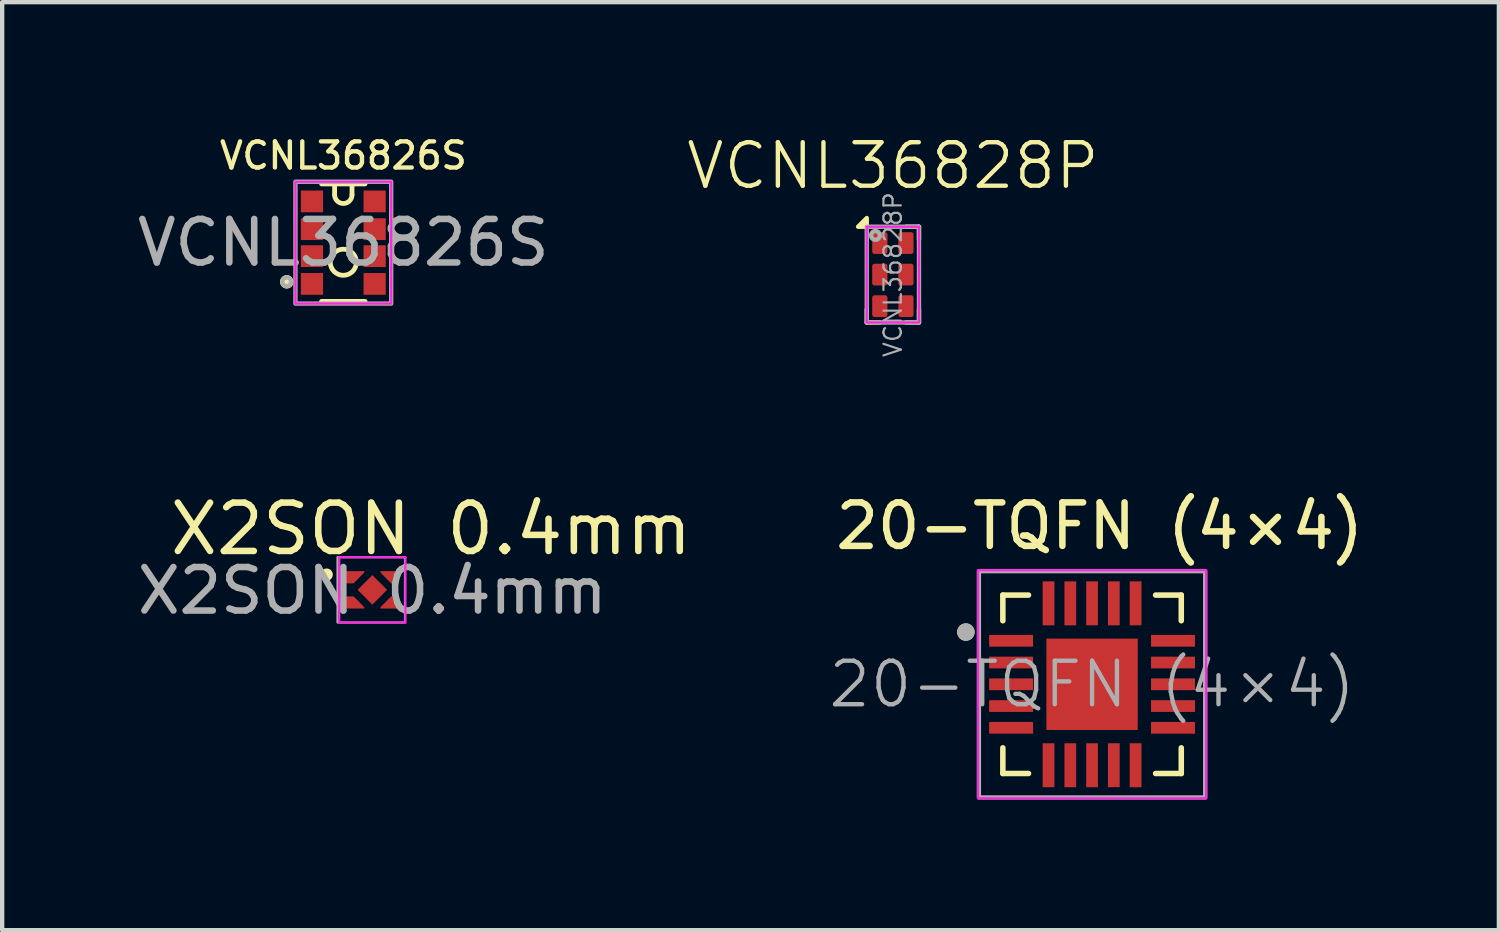
<source format=kicad_pcb>
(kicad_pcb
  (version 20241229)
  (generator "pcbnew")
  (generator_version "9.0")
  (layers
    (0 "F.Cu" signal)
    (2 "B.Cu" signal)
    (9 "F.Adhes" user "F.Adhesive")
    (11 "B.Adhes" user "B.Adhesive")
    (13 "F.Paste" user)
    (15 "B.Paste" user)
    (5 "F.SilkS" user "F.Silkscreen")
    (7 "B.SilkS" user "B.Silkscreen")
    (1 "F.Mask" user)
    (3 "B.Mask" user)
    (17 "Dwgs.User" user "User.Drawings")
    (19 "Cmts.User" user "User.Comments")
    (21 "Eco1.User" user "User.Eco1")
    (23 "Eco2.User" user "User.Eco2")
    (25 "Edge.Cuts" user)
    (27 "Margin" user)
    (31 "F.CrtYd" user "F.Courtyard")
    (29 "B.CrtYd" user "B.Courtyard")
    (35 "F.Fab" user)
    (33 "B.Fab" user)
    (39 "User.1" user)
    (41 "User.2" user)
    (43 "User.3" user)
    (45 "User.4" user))
  (footprint "VCNL36828P"
    (layer "F.Cu")
    (at 17.467 3.26)
    (property "Reference" "VCNL36828P" (at 0 -2.5 0) (unlocked yes) (layer "F.SilkS") (effects (font (size 1 1) (thickness 0.1))))
    (attr smd)
    (fp_line (start -0.6 1.1) (end -0.6 0.8) (stroke (width 0.1) (type default)) (layer "F.SilkS"))
    (fp_line (start -0.3 1.1) (end -0.6 1.1) (stroke (width 0.1) (type default)) (layer "F.SilkS"))
    (fp_line (start 0.3 -1.1) (end 0.6 -1.1) (stroke (width 0.1) (type default)) (layer "F.SilkS"))
    (fp_line (start 0.6 -1.1) (end 0.6 -0.8) (stroke (width 0.1) (type default)) (layer "F.SilkS"))
    (fp_line (start 0.6 0.8) (end 0.6 1.1) (stroke (width 0.1) (type default)) (layer "F.SilkS"))
    (fp_line (start 0.6 1.1) (end 0.3 1.1) (stroke (width 0.1) (type default)) (layer "F.SilkS"))
    (fp_poly (pts (xy -0.6 -1.1) (xy -0.6 -1.3) (xy -0.8 -1.1)) (stroke (width 0.1) (type solid)) (fill yes) (layer "F.SilkS"))
    (fp_rect (start -0.6 -1.1) (end 0.6 1.1) (stroke (width 0.05) (type default)) (fill no) (layer "F.CrtYd"))
    (fp_rect (start -0.6 -1.1) (end 0.6 1.1) (stroke (width 0.1) (type default)) (fill no) (layer "F.Fab"))
    (fp_circle (center -0.4 -0.9) (end -0.5 -0.9) (stroke (width 0.1) (type default)) (fill no) (layer "F.Fab"))
    (fp_text user "${REFERENCE}" (at 0 0 90) (unlocked yes) (layer "F.Fab") (effects (font (size 0.4 0.4) (thickness 0.05))))
    (pad "1" smd roundrect (at -0.3 -0.725) (size 0.35 0.5) (layers "F.Cu" "F.Mask" "F.Paste") (roundrect_rratio 0.15))
    (pad "2" smd roundrect (at -0.3 0) (size 0.35 0.5) (layers "F.Cu" "F.Mask" "F.Paste") (roundrect_rratio 0.15))
    (pad "3" smd roundrect (at -0.3 0.725) (size 0.35 0.5) (layers "F.Cu" "F.Mask" "F.Paste") (roundrect_rratio 0.15))
    (pad "4" smd roundrect (at 0.3 0.725) (size 0.35 0.5) (layers "F.Cu" "F.Mask" "F.Paste") (roundrect_rratio 0.15))
    (pad "5" smd roundrect (at 0.3 0) (size 0.35 0.5) (layers "F.Cu" "F.Mask" "F.Paste") (roundrect_rratio 0.15))
    (pad "6" smd roundrect (at 0.3 -0.725) (size 0.35 0.5) (layers "F.Cu" "F.Mask" "F.Paste") (roundrect_rratio 0.15)))
  (footprint "‎20-TQFN (4×4)‎"
    (layer "F.Cu")
    (at 22.044 12.674)
    (property "Reference" "‎20-TQFN (4×4)‎" (at 0.175 -3.635 0) (layer "F.SilkS") (effects (font (size 1 1) (thickness 0.15))))
    (attr smd)
    (fp_line (start -2.05 -2.05) (end -1.46 -2.05) (stroke (width 0.127) (type solid)) (layer "F.SilkS"))
    (fp_line (start -2.05 -1.46) (end -2.05 -2.05) (stroke (width 0.127) (type solid)) (layer "F.SilkS"))
    (fp_line (start -2.05 1.46) (end -2.05 2.05) (stroke (width 0.127) (type solid)) (layer "F.SilkS"))
    (fp_line (start -2.05 2.05) (end -1.46 2.05) (stroke (width 0.127) (type solid)) (layer "F.SilkS"))
    (fp_line (start 1.46 -2.05) (end 2.05 -2.05) (stroke (width 0.127) (type solid)) (layer "F.SilkS"))
    (fp_line (start 2.05 -2.05) (end 2.05 -1.46) (stroke (width 0.127) (type solid)) (layer "F.SilkS"))
    (fp_line (start 2.05 1.46) (end 2.05 2.05) (stroke (width 0.127) (type solid)) (layer "F.SilkS"))
    (fp_line (start 2.05 2.05) (end 1.46 2.05) (stroke (width 0.127) (type solid)) (layer "F.SilkS"))
    (fp_circle (center -2.9 -1.2) (end -2.8 -1.2) (stroke (width 0.2) (type solid)) (fill no) (layer "F.SilkS"))
    (fp_poly (pts (xy -0.664 -0.664) (xy 0.664 -0.664) (xy 0.664 0.664) (xy -0.664 0.664)) (stroke (width 0.01) (type solid)) (fill yes) (layer "F.Paste"))
    (fp_line (start -2.62 -2.62) (end 2.62 -2.62) (stroke (width 0.05) (type solid)) (layer "F.CrtYd"))
    (fp_line (start -2.62 2.62) (end -2.62 -2.62) (stroke (width 0.05) (type solid)) (layer "F.CrtYd"))
    (fp_line (start 2.62 -2.62) (end 2.62 2.62) (stroke (width 0.05) (type solid)) (layer "F.CrtYd"))
    (fp_line (start 2.62 2.62) (end -2.62 2.62) (stroke (width 0.05) (type solid)) (layer "F.CrtYd"))
    (fp_rect (start -2.6 -2.6) (end 2.6 2.6) (stroke (width 0.1) (type default)) (fill no) (layer "F.Fab"))
    (fp_circle (center -2.9 -1.2) (end -2.8 -1.2) (stroke (width 0.2) (type solid)) (fill no) (layer "F.Fab"))
    (fp_text user "${REFERENCE}" (at 0 0 0) (unlocked yes) (layer "F.Fab") (effects (font (size 1 1) (thickness 0.1))))
    (pad "1" smd rect (at -1.86 -1) (size 1.01 0.27) (layers "F.Cu" "F.Mask" "F.Paste"))
    (pad "2" smd rect (at -1.86 -0.5) (size 1.01 0.27) (layers "F.Cu" "F.Mask" "F.Paste"))
    (pad "3" smd rect (at -1.86 0) (size 1.01 0.27) (layers "F.Cu" "F.Mask" "F.Paste"))
    (pad "4" smd rect (at -1.86 0.5) (size 1.01 0.27) (layers "F.Cu" "F.Mask" "F.Paste"))
    (pad "5" smd rect (at -1.86 1) (size 1.01 0.27) (layers "F.Cu" "F.Mask" "F.Paste"))
    (pad "6" smd rect (at -1 1.86) (size 0.27 1.01) (layers "F.Cu" "F.Mask" "F.Paste"))
    (pad "7" smd rect (at -0.5 1.86) (size 0.27 1.01) (layers "F.Cu" "F.Mask" "F.Paste"))
    (pad "8" smd rect (at 0 1.86) (size 0.27 1.01) (layers "F.Cu" "F.Mask" "F.Paste"))
    (pad "9" smd rect (at 0.5 1.86) (size 0.27 1.01) (layers "F.Cu" "F.Mask" "F.Paste"))
    (pad "10" smd rect (at 1 1.86) (size 0.27 1.01) (layers "F.Cu" "F.Mask" "F.Paste"))
    (pad "11" smd rect (at 1.86 1) (size 1.01 0.27) (layers "F.Cu" "F.Mask" "F.Paste"))
    (pad "12" smd rect (at 1.86 0.5) (size 1.01 0.27) (layers "F.Cu" "F.Mask" "F.Paste"))
    (pad "13" smd rect (at 1.86 0) (size 1.01 0.27) (layers "F.Cu" "F.Mask" "F.Paste"))
    (pad "14" smd rect (at 1.86 -0.5) (size 1.01 0.27) (layers "F.Cu" "F.Mask" "F.Paste"))
    (pad "15" smd rect (at 1.86 -1) (size 1.01 0.27) (layers "F.Cu" "F.Mask" "F.Paste"))
    (pad "16" smd rect (at 1 -1.86) (size 0.27 1.01) (layers "F.Cu" "F.Mask" "F.Paste"))
    (pad "17" smd rect (at 0.5 -1.86) (size 0.27 1.01) (layers "F.Cu" "F.Mask" "F.Paste"))
    (pad "18" smd rect (at 0 -1.86) (size 0.27 1.01) (layers "F.Cu" "F.Mask" "F.Paste"))
    (pad "19" smd rect (at -0.5 -1.86) (size 0.27 1.01) (layers "F.Cu" "F.Mask" "F.Paste"))
    (pad "20" smd rect (at -1 -1.86) (size 0.27 1.01) (layers "F.Cu" "F.Mask" "F.Paste"))
    (pad "21" smd rect (at 0 0) (size 2.1 2.1) (layers "F.Cu" "F.Mask")))
  (footprint "X2SON 0.4mm"
    (layer "F.Cu")
    (at 5.506 10.504)
    (property "Reference" "X2SON 0.4mm" (at 1.35 -1.4 0) (layer "F.SilkS") (effects (font (size 1.111 1.111) (thickness 0.15))))
    (attr smd)
    (fp_poly (pts (xy 0 -0.36) (xy 0.36 0) (xy 0 0.36) (xy -0.36 0)) (stroke (width 0.01) (type solid)) (fill yes) (layer "F.Mask"))
    (fp_poly (pts (xy -0.135 -0.48) (xy -0.66 -0.48) (xy -0.66 -0.1) (xy -0.38 -0.1) (xy -0.135 -0.35)) (stroke (width 0) (type solid)) (fill yes) (layer "F.Mask"))
    (fp_poly (pts (xy -0.135 0.48) (xy -0.66 0.48) (xy -0.66 0.1) (xy -0.38 0.1) (xy -0.135 0.35)) (stroke (width 0) (type solid)) (fill yes) (layer "F.Mask"))
    (fp_poly (pts (xy 0.135 -0.48) (xy 0.66 -0.48) (xy 0.66 -0.1) (xy 0.38 -0.1) (xy 0.135 -0.35)) (stroke (width 0) (type solid)) (fill yes) (layer "F.Mask"))
    (fp_poly (pts (xy 0.135 0.48) (xy 0.66 0.48) (xy 0.66 0.1) (xy 0.38 0.1) (xy 0.135 0.35)) (stroke (width 0) (type solid)) (fill yes) (layer "F.Mask"))
    (fp_circle (center -1.05 -0.35) (end -0.909 -0.35) (stroke (width 0) (type solid)) (fill yes) (layer "F.SilkS"))
    (fp_poly (pts (xy -0.3 0) (xy 0 -0.3) (xy 0.3 0) (xy 0 0.3)) (stroke (width 0.01) (type solid)) (fill yes) (layer "F.Paste"))
    (fp_poly (pts (xy -0.185 -0.43) (xy -0.61 -0.43) (xy -0.61 -0.15) (xy -0.43 -0.15) (xy -0.185 -0.4)) (stroke (width 0) (type solid)) (fill yes) (layer "F.Paste"))
    (fp_poly (pts (xy -0.185 0.43) (xy -0.61 0.43) (xy -0.61 0.15) (xy -0.43 0.15) (xy -0.185 0.4)) (stroke (width 0) (type solid)) (fill yes) (layer "F.Paste"))
    (fp_poly (pts (xy 0.185 -0.43) (xy 0.61 -0.43) (xy 0.61 -0.15) (xy 0.43 -0.15) (xy 0.185 -0.4)) (stroke (width 0) (type solid)) (fill yes) (layer "F.Paste"))
    (fp_poly (pts (xy 0.185 0.43) (xy 0.61 0.43) (xy 0.61 0.15) (xy 0.43 0.15) (xy 0.185 0.4)) (stroke (width 0) (type solid)) (fill yes) (layer "F.Paste"))
    (fp_line (start -0.76 -0.75) (end 0.76 -0.75) (stroke (width 0.05) (type solid)) (layer "F.CrtYd"))
    (fp_line (start -0.76 0.75) (end -0.76 -0.75) (stroke (width 0.05) (type solid)) (layer "F.CrtYd"))
    (fp_line (start 0.76 -0.75) (end 0.76 0.75) (stroke (width 0.05) (type solid)) (layer "F.CrtYd"))
    (fp_line (start 0.76 0.75) (end -0.76 0.75) (stroke (width 0.05) (type solid)) (layer "F.CrtYd"))
    (fp_rect (start -0.8 -0.75) (end 0.75 0.75) (stroke (width 0.05) (type default)) (fill no) (layer "F.Fab"))
    (fp_text user "${REFERENCE}" (at 0 0.02 0) (unlocked yes) (layer "F.Fab") (effects (font (size 1 1) (thickness 0.15))))
    (pad "1" smd custom (at -0.435 -0.335) (size 0.2 0.13) (layers "F.Cu") (options (anchor rect)) (primitives (gr_poly (pts (xy 0.25 -0.095) (xy -0.175 -0.095) (xy -0.175 0.185) (xy 0.005 0.185) (xy 0.25 -0.065)) (width 0) (fill yes))))
    (pad "2" smd custom (at -0.435 0.335) (size 0.2 0.13) (layers "F.Cu") (options (anchor rect)) (primitives (gr_poly (pts (xy 0.25 0.095) (xy -0.175 0.095) (xy -0.175 -0.185) (xy 0.005 -0.185) (xy 0.25 0.065)) (width 0) (fill yes))))
    (pad "3" smd custom (at 0.435 0.335) (size 0.2 0.13) (layers "F.Cu") (options (anchor rect)) (primitives (gr_poly (pts (xy -0.25 0.095) (xy 0.175 0.095) (xy 0.175 -0.185) (xy -0.005 -0.185) (xy -0.25 0.065)) (width 0) (fill yes))))
    (pad "4" smd custom (at 0.435 -0.335) (size 0.2 0.13) (layers "F.Cu") (options (anchor rect)) (primitives (gr_poly (pts (xy -0.25 -0.095) (xy 0.175 -0.095) (xy 0.175 0.185) (xy -0.005 0.185) (xy -0.25 -0.065)) (width 0) (fill yes))))
    (pad "5" smd rect (at 0 0 315) (size 0.48 0.48) (layers "F.Cu")))
  (footprint "VCNL36826S"
    (layer "F.Cu")
    (at 4.839 2.526)
    (property "Reference" "VCNL36826S" (at 0 -2 0) (unlocked yes) (layer "F.SilkS") (effects (font (size 0.6 0.6) (thickness 0.1))))
    (attr smd)
    (fp_line (start -0.5 -1.35) (end 0.5 -1.35) (stroke (width 0.11) (type default)) (layer "F.SilkS"))
    (fp_line (start -0.5 1.35) (end 0.5 1.35) (stroke (width 0.11) (type default)) (layer "F.SilkS"))
    (fp_line (start -0.2 -1.1) (end -0.2 -1.35) (stroke (width 0.11) (type default)) (layer "F.SilkS"))
    (fp_line (start 0.2 -1.1) (end 0.2 -1.35) (stroke (width 0.11) (type default)) (layer "F.SilkS"))
    (fp_arc (start 0.2 -1.1) (mid 0 -0.9) (end -0.2 -1.1) (stroke (width 0.11) (type default)) (layer "F.SilkS"))
    (fp_circle (center -1.3 0.9) (end -1.4 0.9) (stroke (width 0.11) (type default)) (fill yes) (layer "F.SilkS"))
    (fp_circle (center 0 0.45) (end 0.3 0.45) (stroke (width 0.11) (type default)) (fill no) (layer "F.SilkS"))
    (fp_rect (start -1.1 -1.4) (end 1.1 1.4) (stroke (width 0.05) (type default)) (fill no) (layer "F.CrtYd"))
    (fp_rect (start -1.1 -1.4) (end 1.1 1.4) (stroke (width 0.1) (type default)) (fill no) (layer "F.Fab"))
    (fp_circle (center -1.3 0.9) (end -1.4 0.9) (stroke (width 0.1) (type default)) (fill no) (layer "F.Fab"))
    (fp_text user "${REFERENCE}" (at 0 0 0) (unlocked yes) (layer "F.Fab") (effects (font (size 1 1) (thickness 0.15))))
    (pad "1" smd rect (at -0.72 0.948) (size 0.51 0.5) (layers "F.Cu" "F.Mask" "F.Paste"))
    (pad "2" smd rect (at -0.72 0.31) (size 0.51 0.5) (layers "F.Cu" "F.Mask" "F.Paste"))
    (pad "3" smd rect (at -0.72 -0.31) (size 0.51 0.5) (layers "F.Cu" "F.Mask" "F.Paste"))
    (pad "4" smd rect (at -0.72 -0.948) (size 0.51 0.5) (layers "F.Cu" "F.Mask" "F.Paste"))
    (pad "5" smd rect (at 0.72 0.948) (size 0.51 0.5) (layers "F.Cu" "F.Mask" "F.Paste"))
    (pad "6" smd rect (at 0.72 0.31) (size 0.51 0.5) (layers "F.Cu" "F.Mask" "F.Paste"))
    (pad "7" smd rect (at 0.72 -0.31) (size 0.51 0.5) (layers "F.Cu" "F.Mask" "F.Paste"))
    (pad "8" smd rect (at 0.72 -0.948) (size 0.51 0.5) (layers "F.Cu" "F.Mask" "F.Paste")))
  (gr_rect
    (start -3 -3)
    (end 31.392 18.324)
    (stroke (width 0.1) (type default))
    (fill no)
    (layer "Edge.Cuts")))
</source>
